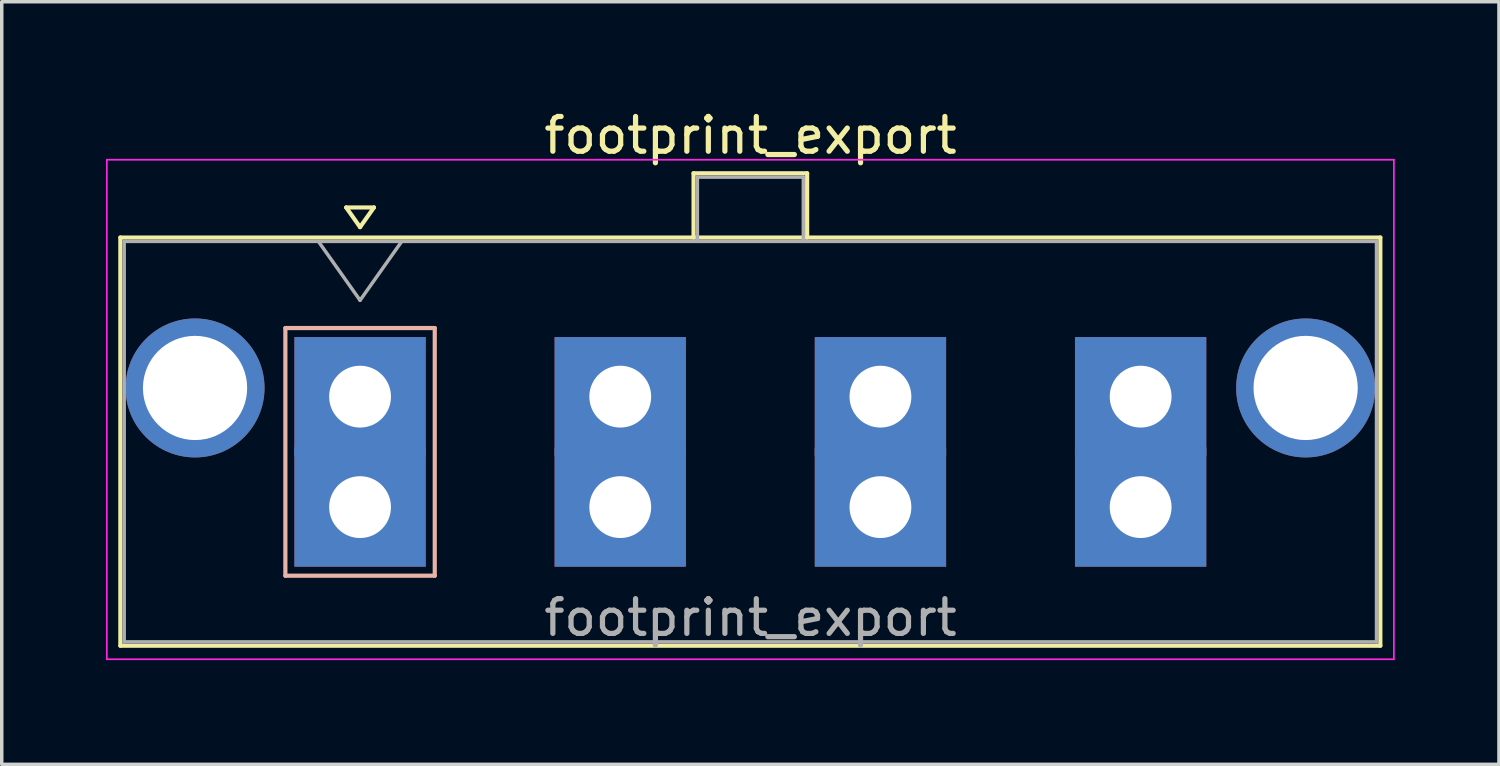
<source format=kicad_pcb>
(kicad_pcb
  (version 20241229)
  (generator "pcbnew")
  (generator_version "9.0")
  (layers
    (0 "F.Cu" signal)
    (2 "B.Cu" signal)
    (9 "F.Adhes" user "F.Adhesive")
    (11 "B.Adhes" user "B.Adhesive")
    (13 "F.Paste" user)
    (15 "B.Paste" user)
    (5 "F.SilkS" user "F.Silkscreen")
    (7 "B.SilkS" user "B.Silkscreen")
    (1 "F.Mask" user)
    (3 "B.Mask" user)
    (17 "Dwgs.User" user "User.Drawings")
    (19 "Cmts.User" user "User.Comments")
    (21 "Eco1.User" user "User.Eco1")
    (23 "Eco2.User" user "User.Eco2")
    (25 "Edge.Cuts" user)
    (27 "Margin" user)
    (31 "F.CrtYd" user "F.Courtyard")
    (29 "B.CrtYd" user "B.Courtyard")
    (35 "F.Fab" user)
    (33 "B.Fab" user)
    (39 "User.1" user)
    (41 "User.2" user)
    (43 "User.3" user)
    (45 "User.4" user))
  (footprint "footprint_export"
    (layer "F.Cu")
    (at 7.315 11.548)
    (property "Reference" "footprint_export" (at 11.24 -10.7 0) (layer "F.SilkS") (effects (font (size 1 1) (thickness 0.15))))
    (attr through_hole)
    (fp_line (start -6.9 -7.76) (end -6.9 3.99) (stroke (width 0.12) (type solid)) (layer "F.SilkS"))
    (fp_line (start -6.9 3.99) (end 29.37 3.99) (stroke (width 0.12) (type solid)) (layer "F.SilkS"))
    (fp_line (start -0.4 -8.626) (end 0 -8.06) (stroke (width 0.12) (type solid)) (layer "F.SilkS"))
    (fp_line (start 0 -8.06) (end 0.4 -8.626) (stroke (width 0.12) (type solid)) (layer "F.SilkS"))
    (fp_line (start 0.4 -8.626) (end -0.4 -8.626) (stroke (width 0.12) (type solid)) (layer "F.SilkS"))
    (fp_line (start 9.6 -9.61) (end 12.87 -9.61) (stroke (width 0.12) (type solid)) (layer "F.SilkS"))
    (fp_line (start 9.6 -7.76) (end 9.6 -9.61) (stroke (width 0.12) (type solid)) (layer "F.SilkS"))
    (fp_line (start 12.87 -9.61) (end 12.87 -7.76) (stroke (width 0.12) (type solid)) (layer "F.SilkS"))
    (fp_line (start 29.37 -7.76) (end -6.9 -7.76) (stroke (width 0.12) (type solid)) (layer "F.SilkS"))
    (fp_line (start 29.37 3.99) (end 29.37 -7.76) (stroke (width 0.12) (type solid)) (layer "F.SilkS"))
    (fp_line (start -2.15 -5.155) (end -2.15 1.975) (stroke (width 0.12) (type solid)) (layer "B.SilkS"))
    (fp_line (start -2.15 1.975) (end 2.15 1.975) (stroke (width 0.12) (type solid)) (layer "B.SilkS"))
    (fp_line (start 2.15 -5.155) (end -2.15 -5.155) (stroke (width 0.12) (type solid)) (layer "B.SilkS"))
    (fp_line (start 2.15 1.975) (end 2.15 -5.155) (stroke (width 0.12) (type solid)) (layer "B.SilkS"))
    (fp_line (start -7.29 -10) (end -7.29 4.38) (stroke (width 0.05) (type solid)) (layer "F.CrtYd"))
    (fp_line (start -7.29 4.38) (end 29.76 4.38) (stroke (width 0.05) (type solid)) (layer "F.CrtYd"))
    (fp_line (start 29.76 -10) (end -7.29 -10) (stroke (width 0.05) (type solid)) (layer "F.CrtYd"))
    (fp_line (start 29.76 4.38) (end 29.76 -10) (stroke (width 0.05) (type solid)) (layer "F.CrtYd"))
    (fp_line (start -6.79 -7.65) (end -6.79 3.88) (stroke (width 0.1) (type solid)) (layer "F.Fab"))
    (fp_line (start -6.79 3.88) (end 29.26 3.88) (stroke (width 0.1) (type solid)) (layer "F.Fab"))
    (fp_line (start -1.2 -7.65) (end 0 -5.953) (stroke (width 0.1) (type solid)) (layer "F.Fab"))
    (fp_line (start 0 -5.953) (end 1.2 -7.65) (stroke (width 0.1) (type solid)) (layer "F.Fab"))
    (fp_line (start 9.71 -9.5) (end 12.76 -9.5) (stroke (width 0.1) (type solid)) (layer "F.Fab"))
    (fp_line (start 9.71 -7.65) (end 9.71 -9.5) (stroke (width 0.1) (type solid)) (layer "F.Fab"))
    (fp_line (start 12.76 -9.5) (end 12.76 -7.65) (stroke (width 0.1) (type solid)) (layer "F.Fab"))
    (fp_line (start 29.26 -7.65) (end -6.79 -7.65) (stroke (width 0.1) (type solid)) (layer "F.Fab"))
    (fp_line (start 29.26 3.88) (end 29.26 -7.65) (stroke (width 0.1) (type solid)) (layer "F.Fab"))
    (fp_text user "${REFERENCE}" (at 11.24 3.18 0) (layer "F.Fab") (effects (font (size 1 1) (thickness 0.15))))
    (pad "" thru_hole circle (at -4.75 -3.43) (size 4 4) (drill 3) (layers "*.Cu" "*.Mask"))
    (pad "" thru_hole circle (at 27.22 -3.43) (size 4 4) (drill 3) (layers "*.Cu" "*.Mask"))
    (pad "1" thru_hole rect (at 0 -3.18) (size 3.78 3.43) (drill 1.78) (layers "*.Cu" "*.Mask"))
    (pad "1" thru_hole rect (at 0 0) (size 3.78 3.43) (drill 1.78) (layers "*.Cu" "*.Mask"))
    (pad "2" thru_hole rect (at 7.49 -3.18) (size 3.78 3.43) (drill 1.78) (layers "*.Cu" "*.Mask"))
    (pad "2" thru_hole rect (at 7.49 0) (size 3.78 3.43) (drill 1.78) (layers "*.Cu" "*.Mask"))
    (pad "3" thru_hole rect (at 14.98 -3.18) (size 3.78 3.43) (drill 1.78) (layers "*.Cu" "*.Mask"))
    (pad "3" thru_hole rect (at 14.98 0) (size 3.78 3.43) (drill 1.78) (layers "*.Cu" "*.Mask"))
    (pad "4" thru_hole rect (at 22.47 -3.18) (size 3.78 3.43) (drill 1.78) (layers "*.Cu" "*.Mask"))
    (pad "4" thru_hole rect (at 22.47 0) (size 3.78 3.43) (drill 1.78) (layers "*.Cu" "*.Mask")))
  (gr_rect
    (start -3 -3)
    (end 40.1 18.953)
    (stroke (width 0.1) (type default))
    (fill no)
    (layer "Edge.Cuts")))
</source>
